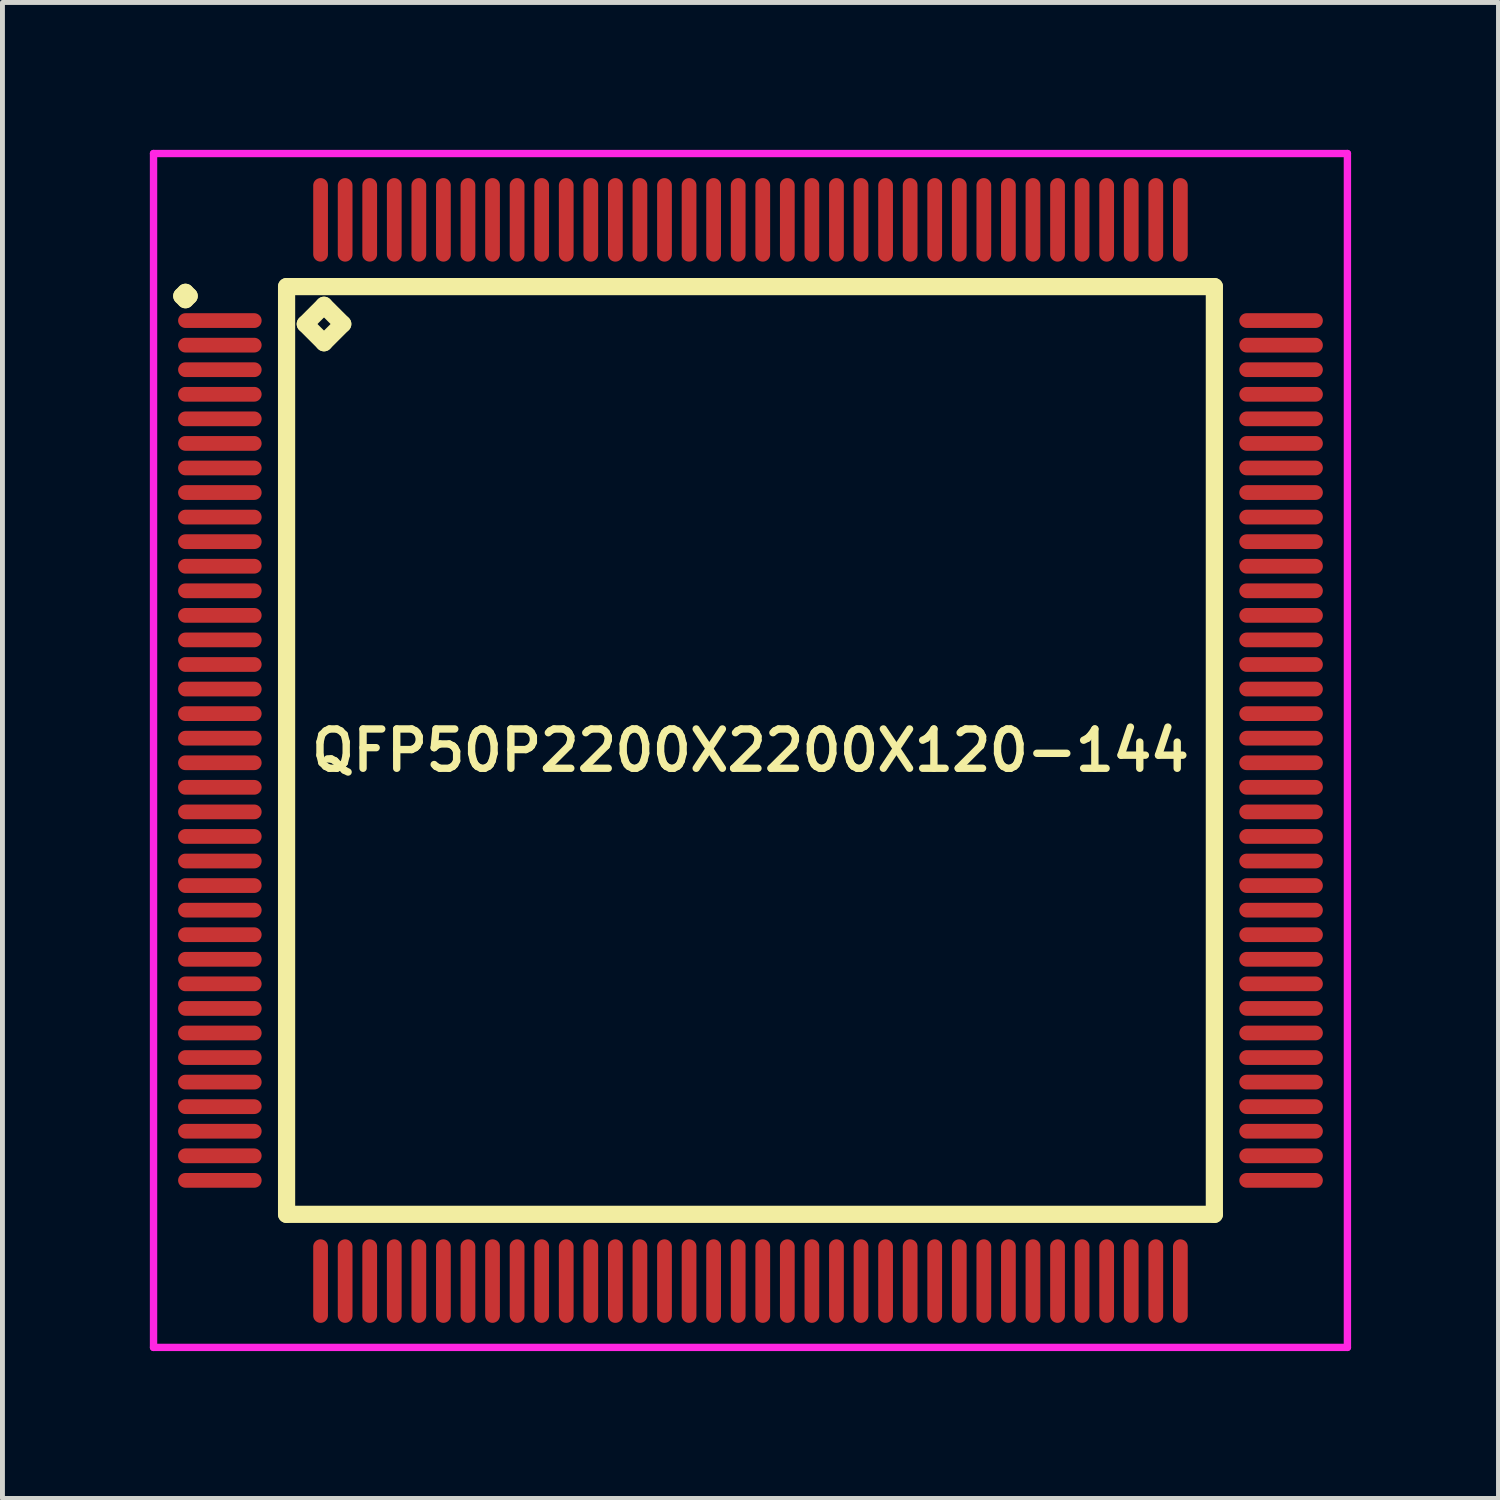
<source format=kicad_pcb>
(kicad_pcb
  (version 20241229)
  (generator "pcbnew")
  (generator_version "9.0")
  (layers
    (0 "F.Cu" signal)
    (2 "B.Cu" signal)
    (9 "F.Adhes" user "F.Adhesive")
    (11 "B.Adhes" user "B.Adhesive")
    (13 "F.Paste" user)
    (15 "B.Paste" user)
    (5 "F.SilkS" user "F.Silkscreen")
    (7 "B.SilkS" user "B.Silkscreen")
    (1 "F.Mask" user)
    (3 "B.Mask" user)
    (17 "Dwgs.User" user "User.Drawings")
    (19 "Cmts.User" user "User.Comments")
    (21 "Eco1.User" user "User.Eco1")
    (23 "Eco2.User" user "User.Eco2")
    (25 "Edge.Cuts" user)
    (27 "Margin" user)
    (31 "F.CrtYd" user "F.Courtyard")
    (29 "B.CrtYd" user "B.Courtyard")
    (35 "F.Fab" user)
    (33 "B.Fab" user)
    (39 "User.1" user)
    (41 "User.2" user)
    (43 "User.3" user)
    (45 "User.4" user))
  (footprint "QFP50P2200X2200X120-144"
    (layer "F.Cu")
    (at 12.225 12.225)
    (property "Reference" "QFP50P2200X2200X120-144" (at 0 0 0) (layer "F.SilkS") (effects (font (size 0.8 0.8) (thickness 0.15))))
    (attr smd)
    (fp_line (start -11.575 -9.25) (end -11.5 -9.325) (stroke (width 0.35) (type solid)) (layer "F.SilkS"))
    (fp_line (start -11.5 -9.325) (end -11.425 -9.25) (stroke (width 0.35) (type solid)) (layer "F.SilkS"))
    (fp_line (start -11.5 -9.175) (end -11.575 -9.25) (stroke (width 0.35) (type solid)) (layer "F.SilkS"))
    (fp_line (start -11.425 -9.25) (end -11.5 -9.175) (stroke (width 0.35) (type solid)) (layer "F.SilkS"))
    (fp_line (start -9.442 -9.442) (end -9.442 9.442) (stroke (width 0.35) (type solid)) (layer "F.SilkS"))
    (fp_line (start -9.442 9.442) (end 9.442 9.442) (stroke (width 0.35) (type solid)) (layer "F.SilkS"))
    (fp_line (start -9.061 -8.68) (end -8.68 -9.061) (stroke (width 0.35) (type solid)) (layer "F.SilkS"))
    (fp_line (start -8.68 -9.061) (end -8.299 -8.68) (stroke (width 0.35) (type solid)) (layer "F.SilkS"))
    (fp_line (start -8.68 -8.299) (end -9.061 -8.68) (stroke (width 0.35) (type solid)) (layer "F.SilkS"))
    (fp_line (start -8.299 -8.68) (end -8.68 -8.299) (stroke (width 0.35) (type solid)) (layer "F.SilkS"))
    (fp_line (start 9.442 -9.442) (end -9.442 -9.442) (stroke (width 0.35) (type solid)) (layer "F.SilkS"))
    (fp_line (start 9.442 9.442) (end 9.442 -9.442) (stroke (width 0.35) (type solid)) (layer "F.SilkS"))
    (fp_line (start -12.15 -12.15) (end 12.15 -12.15) (stroke (width 0.15) (type solid)) (layer "F.CrtYd"))
    (fp_line (start -12.15 12.15) (end -12.15 -12.15) (stroke (width 0.15) (type solid)) (layer "F.CrtYd"))
    (fp_line (start 12.15 -12.15) (end 12.15 12.15) (stroke (width 0.15) (type solid)) (layer "F.CrtYd"))
    (fp_line (start 12.15 12.15) (end -12.15 12.15) (stroke (width 0.15) (type solid)) (layer "F.CrtYd"))
    (pad "1" smd oval (at -10.8 -8.75) (size 1.7 0.3) (layers "F.Cu" "F.Mask" "F.Paste"))
    (pad "2" smd oval (at -10.8 -8.25) (size 1.7 0.3) (layers "F.Cu" "F.Mask" "F.Paste"))
    (pad "3" smd oval (at -10.8 -7.75) (size 1.7 0.3) (layers "F.Cu" "F.Mask" "F.Paste"))
    (pad "4" smd oval (at -10.8 -7.25) (size 1.7 0.3) (layers "F.Cu" "F.Mask" "F.Paste"))
    (pad "5" smd oval (at -10.8 -6.75) (size 1.7 0.3) (layers "F.Cu" "F.Mask" "F.Paste"))
    (pad "6" smd oval (at -10.8 -6.25) (size 1.7 0.3) (layers "F.Cu" "F.Mask" "F.Paste"))
    (pad "7" smd oval (at -10.8 -5.75) (size 1.7 0.3) (layers "F.Cu" "F.Mask" "F.Paste"))
    (pad "8" smd oval (at -10.8 -5.25) (size 1.7 0.3) (layers "F.Cu" "F.Mask" "F.Paste"))
    (pad "9" smd oval (at -10.8 -4.75) (size 1.7 0.3) (layers "F.Cu" "F.Mask" "F.Paste"))
    (pad "10" smd oval (at -10.8 -4.25) (size 1.7 0.3) (layers "F.Cu" "F.Mask" "F.Paste"))
    (pad "11" smd oval (at -10.8 -3.75) (size 1.7 0.3) (layers "F.Cu" "F.Mask" "F.Paste"))
    (pad "12" smd oval (at -10.8 -3.25) (size 1.7 0.3) (layers "F.Cu" "F.Mask" "F.Paste"))
    (pad "13" smd oval (at -10.8 -2.75) (size 1.7 0.3) (layers "F.Cu" "F.Mask" "F.Paste"))
    (pad "14" smd oval (at -10.8 -2.25) (size 1.7 0.3) (layers "F.Cu" "F.Mask" "F.Paste"))
    (pad "15" smd oval (at -10.8 -1.75) (size 1.7 0.3) (layers "F.Cu" "F.Mask" "F.Paste"))
    (pad "16" smd oval (at -10.8 -1.25) (size 1.7 0.3) (layers "F.Cu" "F.Mask" "F.Paste"))
    (pad "17" smd oval (at -10.8 -0.75) (size 1.7 0.3) (layers "F.Cu" "F.Mask" "F.Paste"))
    (pad "18" smd oval (at -10.8 -0.25) (size 1.7 0.3) (layers "F.Cu" "F.Mask" "F.Paste"))
    (pad "19" smd oval (at -10.8 0.25) (size 1.7 0.3) (layers "F.Cu" "F.Mask" "F.Paste"))
    (pad "20" smd oval (at -10.8 0.75) (size 1.7 0.3) (layers "F.Cu" "F.Mask" "F.Paste"))
    (pad "21" smd oval (at -10.8 1.25) (size 1.7 0.3) (layers "F.Cu" "F.Mask" "F.Paste"))
    (pad "22" smd oval (at -10.8 1.75) (size 1.7 0.3) (layers "F.Cu" "F.Mask" "F.Paste"))
    (pad "23" smd oval (at -10.8 2.25) (size 1.7 0.3) (layers "F.Cu" "F.Mask" "F.Paste"))
    (pad "24" smd oval (at -10.8 2.75) (size 1.7 0.3) (layers "F.Cu" "F.Mask" "F.Paste"))
    (pad "25" smd oval (at -10.8 3.25) (size 1.7 0.3) (layers "F.Cu" "F.Mask" "F.Paste"))
    (pad "26" smd oval (at -10.8 3.75) (size 1.7 0.3) (layers "F.Cu" "F.Mask" "F.Paste"))
    (pad "27" smd oval (at -10.8 4.25) (size 1.7 0.3) (layers "F.Cu" "F.Mask" "F.Paste"))
    (pad "28" smd oval (at -10.8 4.75) (size 1.7 0.3) (layers "F.Cu" "F.Mask" "F.Paste"))
    (pad "29" smd oval (at -10.8 5.25) (size 1.7 0.3) (layers "F.Cu" "F.Mask" "F.Paste"))
    (pad "30" smd oval (at -10.8 5.75) (size 1.7 0.3) (layers "F.Cu" "F.Mask" "F.Paste"))
    (pad "31" smd oval (at -10.8 6.25) (size 1.7 0.3) (layers "F.Cu" "F.Mask" "F.Paste"))
    (pad "32" smd oval (at -10.8 6.75) (size 1.7 0.3) (layers "F.Cu" "F.Mask" "F.Paste"))
    (pad "33" smd oval (at -10.8 7.25) (size 1.7 0.3) (layers "F.Cu" "F.Mask" "F.Paste"))
    (pad "34" smd oval (at -10.8 7.75) (size 1.7 0.3) (layers "F.Cu" "F.Mask" "F.Paste"))
    (pad "35" smd oval (at -10.8 8.25) (size 1.7 0.3) (layers "F.Cu" "F.Mask" "F.Paste"))
    (pad "36" smd oval (at -10.8 8.75) (size 1.7 0.3) (layers "F.Cu" "F.Mask" "F.Paste"))
    (pad "37" smd oval (at -8.75 10.8) (size 0.3 1.7) (layers "F.Cu" "F.Mask" "F.Paste"))
    (pad "38" smd oval (at -8.25 10.8) (size 0.3 1.7) (layers "F.Cu" "F.Mask" "F.Paste"))
    (pad "39" smd oval (at -7.75 10.8) (size 0.3 1.7) (layers "F.Cu" "F.Mask" "F.Paste"))
    (pad "40" smd oval (at -7.25 10.8) (size 0.3 1.7) (layers "F.Cu" "F.Mask" "F.Paste"))
    (pad "41" smd oval (at -6.75 10.8) (size 0.3 1.7) (layers "F.Cu" "F.Mask" "F.Paste"))
    (pad "42" smd oval (at -6.25 10.8) (size 0.3 1.7) (layers "F.Cu" "F.Mask" "F.Paste"))
    (pad "43" smd oval (at -5.75 10.8) (size 0.3 1.7) (layers "F.Cu" "F.Mask" "F.Paste"))
    (pad "44" smd oval (at -5.25 10.8) (size 0.3 1.7) (layers "F.Cu" "F.Mask" "F.Paste"))
    (pad "45" smd oval (at -4.75 10.8) (size 0.3 1.7) (layers "F.Cu" "F.Mask" "F.Paste"))
    (pad "46" smd oval (at -4.25 10.8) (size 0.3 1.7) (layers "F.Cu" "F.Mask" "F.Paste"))
    (pad "47" smd oval (at -3.75 10.8) (size 0.3 1.7) (layers "F.Cu" "F.Mask" "F.Paste"))
    (pad "48" smd oval (at -3.25 10.8) (size 0.3 1.7) (layers "F.Cu" "F.Mask" "F.Paste"))
    (pad "49" smd oval (at -2.75 10.8) (size 0.3 1.7) (layers "F.Cu" "F.Mask" "F.Paste"))
    (pad "50" smd oval (at -2.25 10.8) (size 0.3 1.7) (layers "F.Cu" "F.Mask" "F.Paste"))
    (pad "51" smd oval (at -1.75 10.8) (size 0.3 1.7) (layers "F.Cu" "F.Mask" "F.Paste"))
    (pad "52" smd oval (at -1.25 10.8) (size 0.3 1.7) (layers "F.Cu" "F.Mask" "F.Paste"))
    (pad "53" smd oval (at -0.75 10.8) (size 0.3 1.7) (layers "F.Cu" "F.Mask" "F.Paste"))
    (pad "54" smd oval (at -0.25 10.8) (size 0.3 1.7) (layers "F.Cu" "F.Mask" "F.Paste"))
    (pad "55" smd oval (at 0.25 10.8) (size 0.3 1.7) (layers "F.Cu" "F.Mask" "F.Paste"))
    (pad "56" smd oval (at 0.75 10.8) (size 0.3 1.7) (layers "F.Cu" "F.Mask" "F.Paste"))
    (pad "57" smd oval (at 1.25 10.8) (size 0.3 1.7) (layers "F.Cu" "F.Mask" "F.Paste"))
    (pad "58" smd oval (at 1.75 10.8) (size 0.3 1.7) (layers "F.Cu" "F.Mask" "F.Paste"))
    (pad "59" smd oval (at 2.25 10.8) (size 0.3 1.7) (layers "F.Cu" "F.Mask" "F.Paste"))
    (pad "60" smd oval (at 2.75 10.8) (size 0.3 1.7) (layers "F.Cu" "F.Mask" "F.Paste"))
    (pad "61" smd oval (at 3.25 10.8) (size 0.3 1.7) (layers "F.Cu" "F.Mask" "F.Paste"))
    (pad "62" smd oval (at 3.75 10.8) (size 0.3 1.7) (layers "F.Cu" "F.Mask" "F.Paste"))
    (pad "63" smd oval (at 4.25 10.8) (size 0.3 1.7) (layers "F.Cu" "F.Mask" "F.Paste"))
    (pad "64" smd oval (at 4.75 10.8) (size 0.3 1.7) (layers "F.Cu" "F.Mask" "F.Paste"))
    (pad "65" smd oval (at 5.25 10.8) (size 0.3 1.7) (layers "F.Cu" "F.Mask" "F.Paste"))
    (pad "66" smd oval (at 5.75 10.8) (size 0.3 1.7) (layers "F.Cu" "F.Mask" "F.Paste"))
    (pad "67" smd oval (at 6.25 10.8) (size 0.3 1.7) (layers "F.Cu" "F.Mask" "F.Paste"))
    (pad "68" smd oval (at 6.75 10.8) (size 0.3 1.7) (layers "F.Cu" "F.Mask" "F.Paste"))
    (pad "69" smd oval (at 7.25 10.8) (size 0.3 1.7) (layers "F.Cu" "F.Mask" "F.Paste"))
    (pad "70" smd oval (at 7.75 10.8) (size 0.3 1.7) (layers "F.Cu" "F.Mask" "F.Paste"))
    (pad "71" smd oval (at 8.25 10.8) (size 0.3 1.7) (layers "F.Cu" "F.Mask" "F.Paste"))
    (pad "72" smd oval (at 8.75 10.8) (size 0.3 1.7) (layers "F.Cu" "F.Mask" "F.Paste"))
    (pad "73" smd oval (at 10.8 8.75) (size 1.7 0.3) (layers "F.Cu" "F.Mask" "F.Paste"))
    (pad "74" smd oval (at 10.8 8.25) (size 1.7 0.3) (layers "F.Cu" "F.Mask" "F.Paste"))
    (pad "75" smd oval (at 10.8 7.75) (size 1.7 0.3) (layers "F.Cu" "F.Mask" "F.Paste"))
    (pad "76" smd oval (at 10.8 7.25) (size 1.7 0.3) (layers "F.Cu" "F.Mask" "F.Paste"))
    (pad "77" smd oval (at 10.8 6.75) (size 1.7 0.3) (layers "F.Cu" "F.Mask" "F.Paste"))
    (pad "78" smd oval (at 10.8 6.25) (size 1.7 0.3) (layers "F.Cu" "F.Mask" "F.Paste"))
    (pad "79" smd oval (at 10.8 5.75) (size 1.7 0.3) (layers "F.Cu" "F.Mask" "F.Paste"))
    (pad "80" smd oval (at 10.8 5.25) (size 1.7 0.3) (layers "F.Cu" "F.Mask" "F.Paste"))
    (pad "81" smd oval (at 10.8 4.75) (size 1.7 0.3) (layers "F.Cu" "F.Mask" "F.Paste"))
    (pad "82" smd oval (at 10.8 4.25) (size 1.7 0.3) (layers "F.Cu" "F.Mask" "F.Paste"))
    (pad "83" smd oval (at 10.8 3.75) (size 1.7 0.3) (layers "F.Cu" "F.Mask" "F.Paste"))
    (pad "84" smd oval (at 10.8 3.25) (size 1.7 0.3) (layers "F.Cu" "F.Mask" "F.Paste"))
    (pad "85" smd oval (at 10.8 2.75) (size 1.7 0.3) (layers "F.Cu" "F.Mask" "F.Paste"))
    (pad "86" smd oval (at 10.8 2.25) (size 1.7 0.3) (layers "F.Cu" "F.Mask" "F.Paste"))
    (pad "87" smd oval (at 10.8 1.75) (size 1.7 0.3) (layers "F.Cu" "F.Mask" "F.Paste"))
    (pad "88" smd oval (at 10.8 1.25) (size 1.7 0.3) (layers "F.Cu" "F.Mask" "F.Paste"))
    (pad "89" smd oval (at 10.8 0.75) (size 1.7 0.3) (layers "F.Cu" "F.Mask" "F.Paste"))
    (pad "90" smd oval (at 10.8 0.25) (size 1.7 0.3) (layers "F.Cu" "F.Mask" "F.Paste"))
    (pad "91" smd oval (at 10.8 -0.25) (size 1.7 0.3) (layers "F.Cu" "F.Mask" "F.Paste"))
    (pad "92" smd oval (at 10.8 -0.75) (size 1.7 0.3) (layers "F.Cu" "F.Mask" "F.Paste"))
    (pad "93" smd oval (at 10.8 -1.25) (size 1.7 0.3) (layers "F.Cu" "F.Mask" "F.Paste"))
    (pad "94" smd oval (at 10.8 -1.75) (size 1.7 0.3) (layers "F.Cu" "F.Mask" "F.Paste"))
    (pad "95" smd oval (at 10.8 -2.25) (size 1.7 0.3) (layers "F.Cu" "F.Mask" "F.Paste"))
    (pad "96" smd oval (at 10.8 -2.75) (size 1.7 0.3) (layers "F.Cu" "F.Mask" "F.Paste"))
    (pad "97" smd oval (at 10.8 -3.25) (size 1.7 0.3) (layers "F.Cu" "F.Mask" "F.Paste"))
    (pad "98" smd oval (at 10.8 -3.75) (size 1.7 0.3) (layers "F.Cu" "F.Mask" "F.Paste"))
    (pad "99" smd oval (at 10.8 -4.25) (size 1.7 0.3) (layers "F.Cu" "F.Mask" "F.Paste"))
    (pad "100" smd oval (at 10.8 -4.75) (size 1.7 0.3) (layers "F.Cu" "F.Mask" "F.Paste"))
    (pad "101" smd oval (at 10.8 -5.25) (size 1.7 0.3) (layers "F.Cu" "F.Mask" "F.Paste"))
    (pad "102" smd oval (at 10.8 -5.75) (size 1.7 0.3) (layers "F.Cu" "F.Mask" "F.Paste"))
    (pad "103" smd oval (at 10.8 -6.25) (size 1.7 0.3) (layers "F.Cu" "F.Mask" "F.Paste"))
    (pad "104" smd oval (at 10.8 -6.75) (size 1.7 0.3) (layers "F.Cu" "F.Mask" "F.Paste"))
    (pad "105" smd oval (at 10.8 -7.25) (size 1.7 0.3) (layers "F.Cu" "F.Mask" "F.Paste"))
    (pad "106" smd oval (at 10.8 -7.75) (size 1.7 0.3) (layers "F.Cu" "F.Mask" "F.Paste"))
    (pad "107" smd oval (at 10.8 -8.25) (size 1.7 0.3) (layers "F.Cu" "F.Mask" "F.Paste"))
    (pad "108" smd oval (at 10.8 -8.75) (size 1.7 0.3) (layers "F.Cu" "F.Mask" "F.Paste"))
    (pad "109" smd oval (at 8.75 -10.8) (size 0.3 1.7) (layers "F.Cu" "F.Mask" "F.Paste"))
    (pad "110" smd oval (at 8.25 -10.8) (size 0.3 1.7) (layers "F.Cu" "F.Mask" "F.Paste"))
    (pad "111" smd oval (at 7.75 -10.8) (size 0.3 1.7) (layers "F.Cu" "F.Mask" "F.Paste"))
    (pad "112" smd oval (at 7.25 -10.8) (size 0.3 1.7) (layers "F.Cu" "F.Mask" "F.Paste"))
    (pad "113" smd oval (at 6.75 -10.8) (size 0.3 1.7) (layers "F.Cu" "F.Mask" "F.Paste"))
    (pad "114" smd oval (at 6.25 -10.8) (size 0.3 1.7) (layers "F.Cu" "F.Mask" "F.Paste"))
    (pad "115" smd oval (at 5.75 -10.8) (size 0.3 1.7) (layers "F.Cu" "F.Mask" "F.Paste"))
    (pad "116" smd oval (at 5.25 -10.8) (size 0.3 1.7) (layers "F.Cu" "F.Mask" "F.Paste"))
    (pad "117" smd oval (at 4.75 -10.8) (size 0.3 1.7) (layers "F.Cu" "F.Mask" "F.Paste"))
    (pad "118" smd oval (at 4.25 -10.8) (size 0.3 1.7) (layers "F.Cu" "F.Mask" "F.Paste"))
    (pad "119" smd oval (at 3.75 -10.8) (size 0.3 1.7) (layers "F.Cu" "F.Mask" "F.Paste"))
    (pad "120" smd oval (at 3.25 -10.8) (size 0.3 1.7) (layers "F.Cu" "F.Mask" "F.Paste"))
    (pad "121" smd oval (at 2.75 -10.8) (size 0.3 1.7) (layers "F.Cu" "F.Mask" "F.Paste"))
    (pad "122" smd oval (at 2.25 -10.8) (size 0.3 1.7) (layers "F.Cu" "F.Mask" "F.Paste"))
    (pad "123" smd oval (at 1.75 -10.8) (size 0.3 1.7) (layers "F.Cu" "F.Mask" "F.Paste"))
    (pad "124" smd oval (at 1.25 -10.8) (size 0.3 1.7) (layers "F.Cu" "F.Mask" "F.Paste"))
    (pad "125" smd oval (at 0.75 -10.8) (size 0.3 1.7) (layers "F.Cu" "F.Mask" "F.Paste"))
    (pad "126" smd oval (at 0.25 -10.8) (size 0.3 1.7) (layers "F.Cu" "F.Mask" "F.Paste"))
    (pad "127" smd oval (at -0.25 -10.8) (size 0.3 1.7) (layers "F.Cu" "F.Mask" "F.Paste"))
    (pad "128" smd oval (at -0.75 -10.8) (size 0.3 1.7) (layers "F.Cu" "F.Mask" "F.Paste"))
    (pad "129" smd oval (at -1.25 -10.8) (size 0.3 1.7) (layers "F.Cu" "F.Mask" "F.Paste"))
    (pad "130" smd oval (at -1.75 -10.8) (size 0.3 1.7) (layers "F.Cu" "F.Mask" "F.Paste"))
    (pad "131" smd oval (at -2.25 -10.8) (size 0.3 1.7) (layers "F.Cu" "F.Mask" "F.Paste"))
    (pad "132" smd oval (at -2.75 -10.8) (size 0.3 1.7) (layers "F.Cu" "F.Mask" "F.Paste"))
    (pad "133" smd oval (at -3.25 -10.8) (size 0.3 1.7) (layers "F.Cu" "F.Mask" "F.Paste"))
    (pad "134" smd oval (at -3.75 -10.8) (size 0.3 1.7) (layers "F.Cu" "F.Mask" "F.Paste"))
    (pad "135" smd oval (at -4.25 -10.8) (size 0.3 1.7) (layers "F.Cu" "F.Mask" "F.Paste"))
    (pad "136" smd oval (at -4.75 -10.8) (size 0.3 1.7) (layers "F.Cu" "F.Mask" "F.Paste"))
    (pad "137" smd oval (at -5.25 -10.8) (size 0.3 1.7) (layers "F.Cu" "F.Mask" "F.Paste"))
    (pad "138" smd oval (at -5.75 -10.8) (size 0.3 1.7) (layers "F.Cu" "F.Mask" "F.Paste"))
    (pad "139" smd oval (at -6.25 -10.8) (size 0.3 1.7) (layers "F.Cu" "F.Mask" "F.Paste"))
    (pad "140" smd oval (at -6.75 -10.8) (size 0.3 1.7) (layers "F.Cu" "F.Mask" "F.Paste"))
    (pad "141" smd oval (at -7.25 -10.8) (size 0.3 1.7) (layers "F.Cu" "F.Mask" "F.Paste"))
    (pad "142" smd oval (at -7.75 -10.8) (size 0.3 1.7) (layers "F.Cu" "F.Mask" "F.Paste"))
    (pad "143" smd oval (at -8.25 -10.8) (size 0.3 1.7) (layers "F.Cu" "F.Mask" "F.Paste"))
    (pad "144" smd oval (at -8.75 -10.8) (size 0.3 1.7) (layers "F.Cu" "F.Mask" "F.Paste")))
  (gr_rect
    (start -3 -3)
    (end 27.45 27.45)
    (stroke (width 0.1) (type default))
    (fill no)
    (layer "Edge.Cuts")))
</source>
